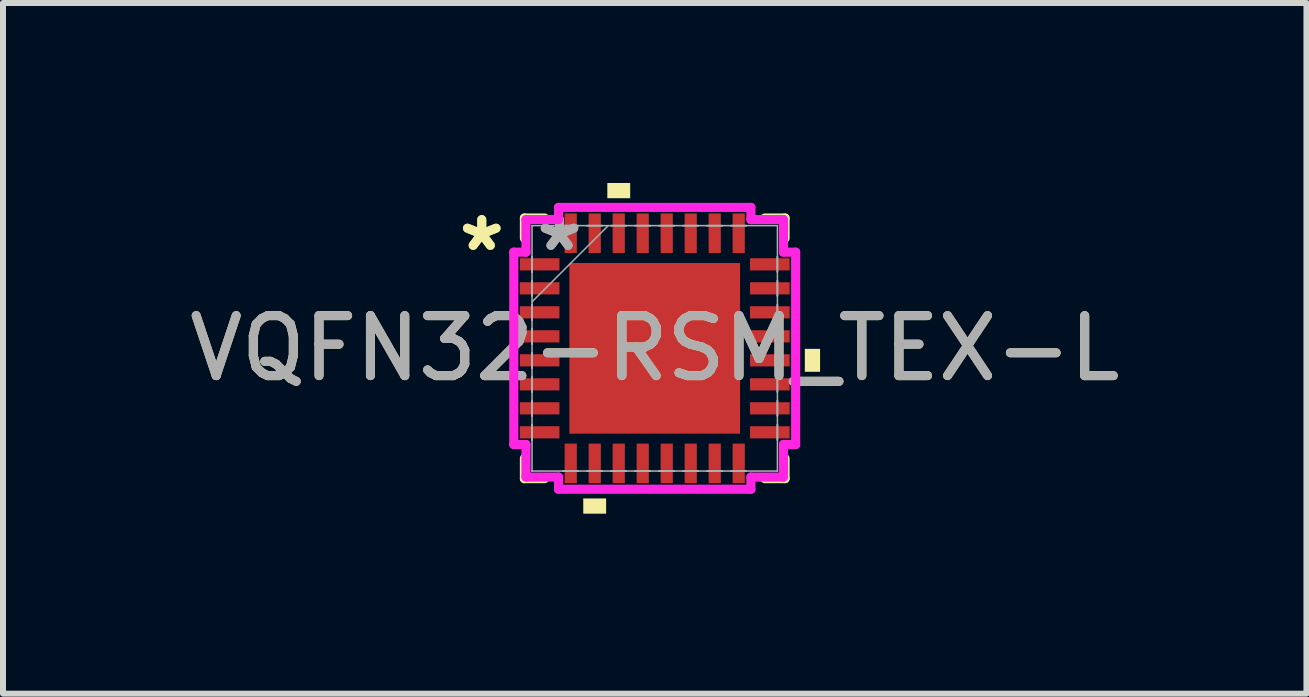
<source format=kicad_pcb>
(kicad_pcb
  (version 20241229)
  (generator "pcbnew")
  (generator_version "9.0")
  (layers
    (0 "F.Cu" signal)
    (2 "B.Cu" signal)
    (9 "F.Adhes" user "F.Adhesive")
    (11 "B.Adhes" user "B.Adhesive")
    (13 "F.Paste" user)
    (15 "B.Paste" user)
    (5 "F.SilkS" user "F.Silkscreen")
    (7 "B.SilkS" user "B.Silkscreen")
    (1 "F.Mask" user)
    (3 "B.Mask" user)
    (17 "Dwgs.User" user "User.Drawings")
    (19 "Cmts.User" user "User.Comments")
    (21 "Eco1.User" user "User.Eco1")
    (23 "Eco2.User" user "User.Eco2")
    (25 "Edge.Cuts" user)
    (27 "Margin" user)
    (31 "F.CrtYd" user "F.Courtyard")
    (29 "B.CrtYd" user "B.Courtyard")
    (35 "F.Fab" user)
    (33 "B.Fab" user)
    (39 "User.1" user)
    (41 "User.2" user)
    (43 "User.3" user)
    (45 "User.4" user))
  (footprint "VQFN32-RSM_TEX-L"
    (layer "F.Cu")
    (at 7.863 2.756)
    (property "Reference" "VQFN32-RSM_TEX-L" (at 0 0 0) (unlocked yes) (layer "F.SilkS") (effects (font (size 1 1) (thickness 0.15))))
    (attr smd)
    (fp_line (start -2.172 -2.172) (end -2.172 -1.834) (stroke (width 0.152) (type solid)) (layer "F.SilkS"))
    (fp_line (start -2.172 1.834) (end -2.172 2.172) (stroke (width 0.152) (type solid)) (layer "F.SilkS"))
    (fp_line (start -2.172 2.172) (end -1.834 2.172) (stroke (width 0.152) (type solid)) (layer "F.SilkS"))
    (fp_line (start -1.834 -2.172) (end -2.172 -2.172) (stroke (width 0.152) (type solid)) (layer "F.SilkS"))
    (fp_line (start 1.834 2.172) (end 2.172 2.172) (stroke (width 0.152) (type solid)) (layer "F.SilkS"))
    (fp_line (start 2.172 -2.172) (end 1.834 -2.172) (stroke (width 0.152) (type solid)) (layer "F.SilkS"))
    (fp_line (start 2.172 -1.834) (end 2.172 -2.172) (stroke (width 0.152) (type solid)) (layer "F.SilkS"))
    (fp_line (start 2.172 2.172) (end 2.172 1.834) (stroke (width 0.152) (type solid)) (layer "F.SilkS"))
    (fp_poly (pts (xy -1.191 2.502) (xy -1.191 2.756) (xy -0.81 2.756) (xy -0.81 2.502)) (stroke (width 0) (type solid)) (fill yes) (layer "F.SilkS"))
    (fp_poly (pts (xy -0.79 -2.502) (xy -0.79 -2.756) (xy -0.409 -2.756) (xy -0.409 -2.502)) (stroke (width 0) (type solid)) (fill yes) (layer "F.SilkS"))
    (fp_poly (pts (xy 2.756 0.009) (xy 2.756 0.391) (xy 2.502 0.391) (xy 2.502 0.009)) (stroke (width 0) (type solid)) (fill yes) (layer "F.SilkS"))
    (fp_poly (pts (xy -1.322 -1.322) (xy -1.322 -0.1) (xy -0.1 -0.1) (xy -0.1 -1.322)) (stroke (width 0) (type solid)) (fill yes) (layer "F.Paste"))
    (fp_poly (pts (xy -1.322 0.1) (xy -1.322 1.322) (xy -0.1 1.322) (xy -0.1 0.1)) (stroke (width 0) (type solid)) (fill yes) (layer "F.Paste"))
    (fp_poly (pts (xy 0.1 -1.322) (xy 0.1 -0.1) (xy 1.322 -0.1) (xy 1.322 -1.322)) (stroke (width 0) (type solid)) (fill yes) (layer "F.Paste"))
    (fp_poly (pts (xy 0.1 0.1) (xy 0.1 1.322) (xy 1.322 1.322) (xy 1.322 0.1)) (stroke (width 0) (type solid)) (fill yes) (layer "F.Paste"))
    (fp_line (start -2.349 -1.603) (end -2.146 -1.603) (stroke (width 0.152) (type solid)) (layer "F.CrtYd"))
    (fp_line (start -2.349 1.603) (end -2.349 -1.603) (stroke (width 0.152) (type solid)) (layer "F.CrtYd"))
    (fp_line (start -2.146 -2.146) (end -1.603 -2.146) (stroke (width 0.152) (type solid)) (layer "F.CrtYd"))
    (fp_line (start -2.146 -1.603) (end -2.146 -2.146) (stroke (width 0.152) (type solid)) (layer "F.CrtYd"))
    (fp_line (start -2.146 1.603) (end -2.349 1.603) (stroke (width 0.152) (type solid)) (layer "F.CrtYd"))
    (fp_line (start -2.146 2.146) (end -2.146 1.603) (stroke (width 0.152) (type solid)) (layer "F.CrtYd"))
    (fp_line (start -1.603 -2.349) (end 1.603 -2.349) (stroke (width 0.152) (type solid)) (layer "F.CrtYd"))
    (fp_line (start -1.603 -2.146) (end -1.603 -2.349) (stroke (width 0.152) (type solid)) (layer "F.CrtYd"))
    (fp_line (start -1.603 2.146) (end -2.146 2.146) (stroke (width 0.152) (type solid)) (layer "F.CrtYd"))
    (fp_line (start -1.603 2.349) (end -1.603 2.146) (stroke (width 0.152) (type solid)) (layer "F.CrtYd"))
    (fp_line (start 1.603 -2.349) (end 1.603 -2.146) (stroke (width 0.152) (type solid)) (layer "F.CrtYd"))
    (fp_line (start 1.603 -2.146) (end 2.146 -2.146) (stroke (width 0.152) (type solid)) (layer "F.CrtYd"))
    (fp_line (start 1.603 2.146) (end 1.603 2.349) (stroke (width 0.152) (type solid)) (layer "F.CrtYd"))
    (fp_line (start 1.603 2.349) (end -1.603 2.349) (stroke (width 0.152) (type solid)) (layer "F.CrtYd"))
    (fp_line (start 2.146 -2.146) (end 2.146 -1.603) (stroke (width 0.152) (type solid)) (layer "F.CrtYd"))
    (fp_line (start 2.146 -1.603) (end 2.349 -1.603) (stroke (width 0.152) (type solid)) (layer "F.CrtYd"))
    (fp_line (start 2.146 1.603) (end 2.146 2.146) (stroke (width 0.152) (type solid)) (layer "F.CrtYd"))
    (fp_line (start 2.146 2.146) (end 1.603 2.146) (stroke (width 0.152) (type solid)) (layer "F.CrtYd"))
    (fp_line (start 2.349 -1.603) (end 2.349 1.603) (stroke (width 0.152) (type solid)) (layer "F.CrtYd"))
    (fp_line (start 2.349 1.603) (end 2.146 1.603) (stroke (width 0.152) (type solid)) (layer "F.CrtYd"))
    (fp_line (start -2.045 -2.045) (end -2.045 -2.045) (stroke (width 0.025) (type solid)) (layer "F.Fab"))
    (fp_line (start -2.045 -2.045) (end -2.045 2.045) (stroke (width 0.025) (type solid)) (layer "F.Fab"))
    (fp_line (start -2.045 -1.527) (end -2.045 -1.527) (stroke (width 0.025) (type solid)) (layer "F.Fab"))
    (fp_line (start -2.045 -1.527) (end -2.045 -1.273) (stroke (width 0.025) (type solid)) (layer "F.Fab"))
    (fp_line (start -2.045 -1.273) (end -2.045 -1.527) (stroke (width 0.025) (type solid)) (layer "F.Fab"))
    (fp_line (start -2.045 -1.273) (end -2.045 -1.273) (stroke (width 0.025) (type solid)) (layer "F.Fab"))
    (fp_line (start -2.045 -1.127) (end -2.045 -1.127) (stroke (width 0.025) (type solid)) (layer "F.Fab"))
    (fp_line (start -2.045 -1.127) (end -2.045 -0.873) (stroke (width 0.025) (type solid)) (layer "F.Fab"))
    (fp_line (start -2.045 -0.873) (end -2.045 -1.127) (stroke (width 0.025) (type solid)) (layer "F.Fab"))
    (fp_line (start -2.045 -0.873) (end -2.045 -0.873) (stroke (width 0.025) (type solid)) (layer "F.Fab"))
    (fp_line (start -2.045 -0.775) (end -0.775 -2.045) (stroke (width 0.025) (type solid)) (layer "F.Fab"))
    (fp_line (start -2.045 -0.727) (end -2.045 -0.727) (stroke (width 0.025) (type solid)) (layer "F.Fab"))
    (fp_line (start -2.045 -0.727) (end -2.045 -0.473) (stroke (width 0.025) (type solid)) (layer "F.Fab"))
    (fp_line (start -2.045 -0.473) (end -2.045 -0.727) (stroke (width 0.025) (type solid)) (layer "F.Fab"))
    (fp_line (start -2.045 -0.473) (end -2.045 -0.473) (stroke (width 0.025) (type solid)) (layer "F.Fab"))
    (fp_line (start -2.045 -0.327) (end -2.045 -0.327) (stroke (width 0.025) (type solid)) (layer "F.Fab"))
    (fp_line (start -2.045 -0.327) (end -2.045 -0.073) (stroke (width 0.025) (type solid)) (layer "F.Fab"))
    (fp_line (start -2.045 -0.073) (end -2.045 -0.327) (stroke (width 0.025) (type solid)) (layer "F.Fab"))
    (fp_line (start -2.045 -0.073) (end -2.045 -0.073) (stroke (width 0.025) (type solid)) (layer "F.Fab"))
    (fp_line (start -2.045 0.073) (end -2.045 0.073) (stroke (width 0.025) (type solid)) (layer "F.Fab"))
    (fp_line (start -2.045 0.073) (end -2.045 0.327) (stroke (width 0.025) (type solid)) (layer "F.Fab"))
    (fp_line (start -2.045 0.327) (end -2.045 0.073) (stroke (width 0.025) (type solid)) (layer "F.Fab"))
    (fp_line (start -2.045 0.327) (end -2.045 0.327) (stroke (width 0.025) (type solid)) (layer "F.Fab"))
    (fp_line (start -2.045 0.473) (end -2.045 0.473) (stroke (width 0.025) (type solid)) (layer "F.Fab"))
    (fp_line (start -2.045 0.473) (end -2.045 0.727) (stroke (width 0.025) (type solid)) (layer "F.Fab"))
    (fp_line (start -2.045 0.727) (end -2.045 0.473) (stroke (width 0.025) (type solid)) (layer "F.Fab"))
    (fp_line (start -2.045 0.727) (end -2.045 0.727) (stroke (width 0.025) (type solid)) (layer "F.Fab"))
    (fp_line (start -2.045 0.873) (end -2.045 0.873) (stroke (width 0.025) (type solid)) (layer "F.Fab"))
    (fp_line (start -2.045 0.873) (end -2.045 1.127) (stroke (width 0.025) (type solid)) (layer "F.Fab"))
    (fp_line (start -2.045 1.127) (end -2.045 0.873) (stroke (width 0.025) (type solid)) (layer "F.Fab"))
    (fp_line (start -2.045 1.127) (end -2.045 1.127) (stroke (width 0.025) (type solid)) (layer "F.Fab"))
    (fp_line (start -2.045 1.273) (end -2.045 1.273) (stroke (width 0.025) (type solid)) (layer "F.Fab"))
    (fp_line (start -2.045 1.273) (end -2.045 1.527) (stroke (width 0.025) (type solid)) (layer "F.Fab"))
    (fp_line (start -2.045 1.527) (end -2.045 1.273) (stroke (width 0.025) (type solid)) (layer "F.Fab"))
    (fp_line (start -2.045 1.527) (end -2.045 1.527) (stroke (width 0.025) (type solid)) (layer "F.Fab"))
    (fp_line (start -2.045 2.045) (end -2.045 2.045) (stroke (width 0.025) (type solid)) (layer "F.Fab"))
    (fp_line (start -2.045 2.045) (end 2.045 2.045) (stroke (width 0.025) (type solid)) (layer "F.Fab"))
    (fp_line (start -1.527 -2.045) (end -1.527 -2.045) (stroke (width 0.025) (type solid)) (layer "F.Fab"))
    (fp_line (start -1.527 -2.045) (end -1.273 -2.045) (stroke (width 0.025) (type solid)) (layer "F.Fab"))
    (fp_line (start -1.527 2.045) (end -1.527 2.045) (stroke (width 0.025) (type solid)) (layer "F.Fab"))
    (fp_line (start -1.527 2.045) (end -1.273 2.045) (stroke (width 0.025) (type solid)) (layer "F.Fab"))
    (fp_line (start -1.273 -2.045) (end -1.527 -2.045) (stroke (width 0.025) (type solid)) (layer "F.Fab"))
    (fp_line (start -1.273 -2.045) (end -1.273 -2.045) (stroke (width 0.025) (type solid)) (layer "F.Fab"))
    (fp_line (start -1.273 2.045) (end -1.527 2.045) (stroke (width 0.025) (type solid)) (layer "F.Fab"))
    (fp_line (start -1.273 2.045) (end -1.273 2.045) (stroke (width 0.025) (type solid)) (layer "F.Fab"))
    (fp_line (start -1.127 -2.045) (end -1.127 -2.045) (stroke (width 0.025) (type solid)) (layer "F.Fab"))
    (fp_line (start -1.127 -2.045) (end -0.873 -2.045) (stroke (width 0.025) (type solid)) (layer "F.Fab"))
    (fp_line (start -1.127 2.045) (end -1.127 2.045) (stroke (width 0.025) (type solid)) (layer "F.Fab"))
    (fp_line (start -1.127 2.045) (end -0.873 2.045) (stroke (width 0.025) (type solid)) (layer "F.Fab"))
    (fp_line (start -0.873 -2.045) (end -1.127 -2.045) (stroke (width 0.025) (type solid)) (layer "F.Fab"))
    (fp_line (start -0.873 -2.045) (end -0.873 -2.045) (stroke (width 0.025) (type solid)) (layer "F.Fab"))
    (fp_line (start -0.873 2.045) (end -1.127 2.045) (stroke (width 0.025) (type solid)) (layer "F.Fab"))
    (fp_line (start -0.873 2.045) (end -0.873 2.045) (stroke (width 0.025) (type solid)) (layer "F.Fab"))
    (fp_line (start -0.727 -2.045) (end -0.727 -2.045) (stroke (width 0.025) (type solid)) (layer "F.Fab"))
    (fp_line (start -0.727 -2.045) (end -0.473 -2.045) (stroke (width 0.025) (type solid)) (layer "F.Fab"))
    (fp_line (start -0.727 2.045) (end -0.727 2.045) (stroke (width 0.025) (type solid)) (layer "F.Fab"))
    (fp_line (start -0.727 2.045) (end -0.473 2.045) (stroke (width 0.025) (type solid)) (layer "F.Fab"))
    (fp_line (start -0.473 -2.045) (end -0.727 -2.045) (stroke (width 0.025) (type solid)) (layer "F.Fab"))
    (fp_line (start -0.473 -2.045) (end -0.473 -2.045) (stroke (width 0.025) (type solid)) (layer "F.Fab"))
    (fp_line (start -0.473 2.045) (end -0.727 2.045) (stroke (width 0.025) (type solid)) (layer "F.Fab"))
    (fp_line (start -0.473 2.045) (end -0.473 2.045) (stroke (width 0.025) (type solid)) (layer "F.Fab"))
    (fp_line (start -0.327 -2.045) (end -0.327 -2.045) (stroke (width 0.025) (type solid)) (layer "F.Fab"))
    (fp_line (start -0.327 -2.045) (end -0.073 -2.045) (stroke (width 0.025) (type solid)) (layer "F.Fab"))
    (fp_line (start -0.327 2.045) (end -0.327 2.045) (stroke (width 0.025) (type solid)) (layer "F.Fab"))
    (fp_line (start -0.327 2.045) (end -0.073 2.045) (stroke (width 0.025) (type solid)) (layer "F.Fab"))
    (fp_line (start -0.073 -2.045) (end -0.327 -2.045) (stroke (width 0.025) (type solid)) (layer "F.Fab"))
    (fp_line (start -0.073 -2.045) (end -0.073 -2.045) (stroke (width 0.025) (type solid)) (layer "F.Fab"))
    (fp_line (start -0.073 2.045) (end -0.327 2.045) (stroke (width 0.025) (type solid)) (layer "F.Fab"))
    (fp_line (start -0.073 2.045) (end -0.073 2.045) (stroke (width 0.025) (type solid)) (layer "F.Fab"))
    (fp_line (start 0.073 -2.045) (end 0.073 -2.045) (stroke (width 0.025) (type solid)) (layer "F.Fab"))
    (fp_line (start 0.073 -2.045) (end 0.327 -2.045) (stroke (width 0.025) (type solid)) (layer "F.Fab"))
    (fp_line (start 0.073 2.045) (end 0.073 2.045) (stroke (width 0.025) (type solid)) (layer "F.Fab"))
    (fp_line (start 0.073 2.045) (end 0.327 2.045) (stroke (width 0.025) (type solid)) (layer "F.Fab"))
    (fp_line (start 0.327 -2.045) (end 0.073 -2.045) (stroke (width 0.025) (type solid)) (layer "F.Fab"))
    (fp_line (start 0.327 -2.045) (end 0.327 -2.045) (stroke (width 0.025) (type solid)) (layer "F.Fab"))
    (fp_line (start 0.327 2.045) (end 0.073 2.045) (stroke (width 0.025) (type solid)) (layer "F.Fab"))
    (fp_line (start 0.327 2.045) (end 0.327 2.045) (stroke (width 0.025) (type solid)) (layer "F.Fab"))
    (fp_line (start 0.473 -2.045) (end 0.473 -2.045) (stroke (width 0.025) (type solid)) (layer "F.Fab"))
    (fp_line (start 0.473 -2.045) (end 0.727 -2.045) (stroke (width 0.025) (type solid)) (layer "F.Fab"))
    (fp_line (start 0.473 2.045) (end 0.473 2.045) (stroke (width 0.025) (type solid)) (layer "F.Fab"))
    (fp_line (start 0.473 2.045) (end 0.727 2.045) (stroke (width 0.025) (type solid)) (layer "F.Fab"))
    (fp_line (start 0.727 -2.045) (end 0.473 -2.045) (stroke (width 0.025) (type solid)) (layer "F.Fab"))
    (fp_line (start 0.727 -2.045) (end 0.727 -2.045) (stroke (width 0.025) (type solid)) (layer "F.Fab"))
    (fp_line (start 0.727 2.045) (end 0.473 2.045) (stroke (width 0.025) (type solid)) (layer "F.Fab"))
    (fp_line (start 0.727 2.045) (end 0.727 2.045) (stroke (width 0.025) (type solid)) (layer "F.Fab"))
    (fp_line (start 0.873 -2.045) (end 0.873 -2.045) (stroke (width 0.025) (type solid)) (layer "F.Fab"))
    (fp_line (start 0.873 -2.045) (end 1.127 -2.045) (stroke (width 0.025) (type solid)) (layer "F.Fab"))
    (fp_line (start 0.873 2.045) (end 0.873 2.045) (stroke (width 0.025) (type solid)) (layer "F.Fab"))
    (fp_line (start 0.873 2.045) (end 1.127 2.045) (stroke (width 0.025) (type solid)) (layer "F.Fab"))
    (fp_line (start 1.127 -2.045) (end 0.873 -2.045) (stroke (width 0.025) (type solid)) (layer "F.Fab"))
    (fp_line (start 1.127 -2.045) (end 1.127 -2.045) (stroke (width 0.025) (type solid)) (layer "F.Fab"))
    (fp_line (start 1.127 2.045) (end 0.873 2.045) (stroke (width 0.025) (type solid)) (layer "F.Fab"))
    (fp_line (start 1.127 2.045) (end 1.127 2.045) (stroke (width 0.025) (type solid)) (layer "F.Fab"))
    (fp_line (start 1.273 -2.045) (end 1.273 -2.045) (stroke (width 0.025) (type solid)) (layer "F.Fab"))
    (fp_line (start 1.273 -2.045) (end 1.527 -2.045) (stroke (width 0.025) (type solid)) (layer "F.Fab"))
    (fp_line (start 1.273 2.045) (end 1.273 2.045) (stroke (width 0.025) (type solid)) (layer "F.Fab"))
    (fp_line (start 1.273 2.045) (end 1.527 2.045) (stroke (width 0.025) (type solid)) (layer "F.Fab"))
    (fp_line (start 1.527 -2.045) (end 1.273 -2.045) (stroke (width 0.025) (type solid)) (layer "F.Fab"))
    (fp_line (start 1.527 -2.045) (end 1.527 -2.045) (stroke (width 0.025) (type solid)) (layer "F.Fab"))
    (fp_line (start 1.527 2.045) (end 1.273 2.045) (stroke (width 0.025) (type solid)) (layer "F.Fab"))
    (fp_line (start 1.527 2.045) (end 1.527 2.045) (stroke (width 0.025) (type solid)) (layer "F.Fab"))
    (fp_line (start 2.045 -2.045) (end -2.045 -2.045) (stroke (width 0.025) (type solid)) (layer "F.Fab"))
    (fp_line (start 2.045 -2.045) (end 2.045 -2.045) (stroke (width 0.025) (type solid)) (layer "F.Fab"))
    (fp_line (start 2.045 -1.527) (end 2.045 -1.527) (stroke (width 0.025) (type solid)) (layer "F.Fab"))
    (fp_line (start 2.045 -1.527) (end 2.045 -1.273) (stroke (width 0.025) (type solid)) (layer "F.Fab"))
    (fp_line (start 2.045 -1.273) (end 2.045 -1.527) (stroke (width 0.025) (type solid)) (layer "F.Fab"))
    (fp_line (start 2.045 -1.273) (end 2.045 -1.273) (stroke (width 0.025) (type solid)) (layer "F.Fab"))
    (fp_line (start 2.045 -1.127) (end 2.045 -1.127) (stroke (width 0.025) (type solid)) (layer "F.Fab"))
    (fp_line (start 2.045 -1.127) (end 2.045 -0.873) (stroke (width 0.025) (type solid)) (layer "F.Fab"))
    (fp_line (start 2.045 -0.873) (end 2.045 -1.127) (stroke (width 0.025) (type solid)) (layer "F.Fab"))
    (fp_line (start 2.045 -0.873) (end 2.045 -0.873) (stroke (width 0.025) (type solid)) (layer "F.Fab"))
    (fp_line (start 2.045 -0.727) (end 2.045 -0.727) (stroke (width 0.025) (type solid)) (layer "F.Fab"))
    (fp_line (start 2.045 -0.727) (end 2.045 -0.473) (stroke (width 0.025) (type solid)) (layer "F.Fab"))
    (fp_line (start 2.045 -0.473) (end 2.045 -0.727) (stroke (width 0.025) (type solid)) (layer "F.Fab"))
    (fp_line (start 2.045 -0.473) (end 2.045 -0.473) (stroke (width 0.025) (type solid)) (layer "F.Fab"))
    (fp_line (start 2.045 -0.327) (end 2.045 -0.327) (stroke (width 0.025) (type solid)) (layer "F.Fab"))
    (fp_line (start 2.045 -0.327) (end 2.045 -0.073) (stroke (width 0.025) (type solid)) (layer "F.Fab"))
    (fp_line (start 2.045 -0.073) (end 2.045 -0.327) (stroke (width 0.025) (type solid)) (layer "F.Fab"))
    (fp_line (start 2.045 -0.073) (end 2.045 -0.073) (stroke (width 0.025) (type solid)) (layer "F.Fab"))
    (fp_line (start 2.045 0.073) (end 2.045 0.073) (stroke (width 0.025) (type solid)) (layer "F.Fab"))
    (fp_line (start 2.045 0.073) (end 2.045 0.327) (stroke (width 0.025) (type solid)) (layer "F.Fab"))
    (fp_line (start 2.045 0.327) (end 2.045 0.073) (stroke (width 0.025) (type solid)) (layer "F.Fab"))
    (fp_line (start 2.045 0.327) (end 2.045 0.327) (stroke (width 0.025) (type solid)) (layer "F.Fab"))
    (fp_line (start 2.045 0.473) (end 2.045 0.473) (stroke (width 0.025) (type solid)) (layer "F.Fab"))
    (fp_line (start 2.045 0.473) (end 2.045 0.727) (stroke (width 0.025) (type solid)) (layer "F.Fab"))
    (fp_line (start 2.045 0.727) (end 2.045 0.473) (stroke (width 0.025) (type solid)) (layer "F.Fab"))
    (fp_line (start 2.045 0.727) (end 2.045 0.727) (stroke (width 0.025) (type solid)) (layer "F.Fab"))
    (fp_line (start 2.045 0.873) (end 2.045 0.873) (stroke (width 0.025) (type solid)) (layer "F.Fab"))
    (fp_line (start 2.045 0.873) (end 2.045 1.127) (stroke (width 0.025) (type solid)) (layer "F.Fab"))
    (fp_line (start 2.045 1.127) (end 2.045 0.873) (stroke (width 0.025) (type solid)) (layer "F.Fab"))
    (fp_line (start 2.045 1.127) (end 2.045 1.127) (stroke (width 0.025) (type solid)) (layer "F.Fab"))
    (fp_line (start 2.045 1.273) (end 2.045 1.273) (stroke (width 0.025) (type solid)) (layer "F.Fab"))
    (fp_line (start 2.045 1.273) (end 2.045 1.527) (stroke (width 0.025) (type solid)) (layer "F.Fab"))
    (fp_line (start 2.045 1.527) (end 2.045 1.273) (stroke (width 0.025) (type solid)) (layer "F.Fab"))
    (fp_line (start 2.045 1.527) (end 2.045 1.527) (stroke (width 0.025) (type solid)) (layer "F.Fab"))
    (fp_line (start 2.045 2.045) (end 2.045 -2.045) (stroke (width 0.025) (type solid)) (layer "F.Fab"))
    (fp_line (start 2.045 2.045) (end 2.045 2.045) (stroke (width 0.025) (type solid)) (layer "F.Fab"))
    (fp_text user "*" (at -2.883 -1.6 0) (unlocked yes) (layer "F.SilkS") (effects (font (size 1 1) (thickness 0.15))))
    (fp_text user "*" (at -2.883 -1.6 0) (layer "F.SilkS") (effects (font (size 1 1) (thickness 0.15))))
    (fp_text user "*" (at -1.587 -1.6 0) (layer "F.Fab") (effects (font (size 1 1) (thickness 0.15))))
    (fp_text user "*" (at -1.587 -1.6 0) (unlocked yes) (layer "F.Fab") (effects (font (size 1 1) (thickness 0.15))))
    (fp_text user "${REFERENCE}" (at 0 0 0) (unlocked yes) (layer "F.Fab") (effects (font (size 1 1) (thickness 0.15))))
    (pad "1" smd rect (at -1.918 -1.4 90) (size 0.203 0.66) (layers "F.Cu" "F.Mask" "F.Paste"))
    (pad "2" smd rect (at -1.918 -1 90) (size 0.203 0.66) (layers "F.Cu" "F.Mask" "F.Paste"))
    (pad "3" smd rect (at -1.918 -0.6 90) (size 0.203 0.66) (layers "F.Cu" "F.Mask" "F.Paste"))
    (pad "4" smd rect (at -1.918 -0.2 90) (size 0.203 0.66) (layers "F.Cu" "F.Mask" "F.Paste"))
    (pad "5" smd rect (at -1.918 0.2 90) (size 0.203 0.66) (layers "F.Cu" "F.Mask" "F.Paste"))
    (pad "6" smd rect (at -1.918 0.6 90) (size 0.203 0.66) (layers "F.Cu" "F.Mask" "F.Paste"))
    (pad "7" smd rect (at -1.918 1 90) (size 0.203 0.66) (layers "F.Cu" "F.Mask" "F.Paste"))
    (pad "8" smd rect (at -1.918 1.4 90) (size 0.203 0.66) (layers "F.Cu" "F.Mask" "F.Paste"))
    (pad "9" smd rect (at -1.4 1.918) (size 0.203 0.66) (layers "F.Cu" "F.Mask" "F.Paste"))
    (pad "10" smd rect (at -1 1.918) (size 0.203 0.66) (layers "F.Cu" "F.Mask" "F.Paste"))
    (pad "11" smd rect (at -0.6 1.918) (size 0.203 0.66) (layers "F.Cu" "F.Mask" "F.Paste"))
    (pad "12" smd rect (at -0.2 1.918) (size 0.203 0.66) (layers "F.Cu" "F.Mask" "F.Paste"))
    (pad "13" smd rect (at 0.2 1.918) (size 0.203 0.66) (layers "F.Cu" "F.Mask" "F.Paste"))
    (pad "14" smd rect (at 0.6 1.918) (size 0.203 0.66) (layers "F.Cu" "F.Mask" "F.Paste"))
    (pad "15" smd rect (at 1 1.918) (size 0.203 0.66) (layers "F.Cu" "F.Mask" "F.Paste"))
    (pad "16" smd rect (at 1.4 1.918) (size 0.203 0.66) (layers "F.Cu" "F.Mask" "F.Paste"))
    (pad "17" smd rect (at 1.918 1.4 90) (size 0.203 0.66) (layers "F.Cu" "F.Mask" "F.Paste"))
    (pad "18" smd rect (at 1.918 1 90) (size 0.203 0.66) (layers "F.Cu" "F.Mask" "F.Paste"))
    (pad "19" smd rect (at 1.918 0.6 90) (size 0.203 0.66) (layers "F.Cu" "F.Mask" "F.Paste"))
    (pad "20" smd rect (at 1.918 0.2 90) (size 0.203 0.66) (layers "F.Cu" "F.Mask" "F.Paste"))
    (pad "21" smd rect (at 1.918 -0.2 90) (size 0.203 0.66) (layers "F.Cu" "F.Mask" "F.Paste"))
    (pad "22" smd rect (at 1.918 -0.6 90) (size 0.203 0.66) (layers "F.Cu" "F.Mask" "F.Paste"))
    (pad "23" smd rect (at 1.918 -1 90) (size 0.203 0.66) (layers "F.Cu" "F.Mask" "F.Paste"))
    (pad "24" smd rect (at 1.918 -1.4 90) (size 0.203 0.66) (layers "F.Cu" "F.Mask" "F.Paste"))
    (pad "25" smd rect (at 1.4 -1.918) (size 0.203 0.66) (layers "F.Cu" "F.Mask" "F.Paste"))
    (pad "26" smd rect (at 1 -1.918) (size 0.203 0.66) (layers "F.Cu" "F.Mask" "F.Paste"))
    (pad "27" smd rect (at 0.6 -1.918) (size 0.203 0.66) (layers "F.Cu" "F.Mask" "F.Paste"))
    (pad "28" smd rect (at 0.2 -1.918) (size 0.203 0.66) (layers "F.Cu" "F.Mask" "F.Paste"))
    (pad "29" smd rect (at -0.2 -1.918) (size 0.203 0.66) (layers "F.Cu" "F.Mask" "F.Paste"))
    (pad "30" smd rect (at -0.6 -1.918) (size 0.203 0.66) (layers "F.Cu" "F.Mask" "F.Paste"))
    (pad "31" smd rect (at -1 -1.918) (size 0.203 0.66) (layers "F.Cu" "F.Mask" "F.Paste"))
    (pad "32" smd rect (at -1.4 -1.918) (size 0.203 0.66) (layers "F.Cu" "F.Mask" "F.Paste"))
    (pad "33" smd rect (at 0 0) (size 2.845 2.845) (layers "F.Cu" "F.Mask" "F.Paste")))
  (gr_rect
    (start -3 -3)
    (end 18.726 8.512)
    (stroke (width 0.1) (type default))
    (fill no)
    (layer "Edge.Cuts")))
</source>
